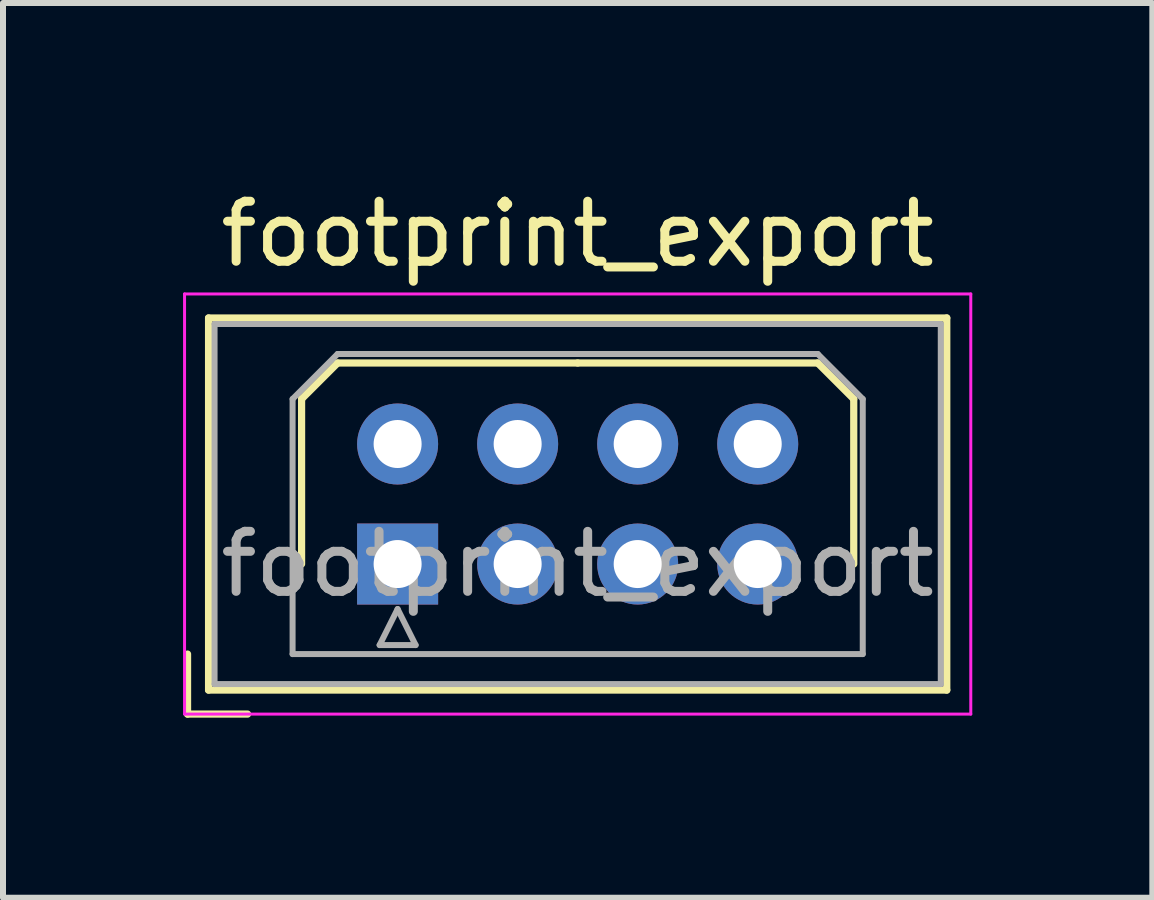
<source format=kicad_pcb>
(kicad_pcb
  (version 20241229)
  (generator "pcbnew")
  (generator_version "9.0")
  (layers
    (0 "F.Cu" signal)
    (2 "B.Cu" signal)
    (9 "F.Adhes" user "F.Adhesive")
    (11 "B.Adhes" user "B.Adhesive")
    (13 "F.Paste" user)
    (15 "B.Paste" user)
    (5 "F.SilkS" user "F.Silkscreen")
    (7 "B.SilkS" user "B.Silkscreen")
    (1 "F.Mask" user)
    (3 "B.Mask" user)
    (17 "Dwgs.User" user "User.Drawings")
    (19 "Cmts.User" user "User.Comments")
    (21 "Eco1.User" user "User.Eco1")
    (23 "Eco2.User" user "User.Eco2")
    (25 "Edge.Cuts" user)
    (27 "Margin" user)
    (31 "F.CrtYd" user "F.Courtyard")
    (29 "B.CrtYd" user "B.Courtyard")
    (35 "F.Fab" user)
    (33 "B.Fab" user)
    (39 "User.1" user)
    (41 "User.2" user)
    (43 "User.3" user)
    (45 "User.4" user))
  (footprint "footprint_export"
    (layer "F.Cu")
    (at 3.575 6.348)
    (property "Reference" "footprint_export" (at 3 -5.5 0) (layer "F.SilkS") (effects (font (size 1 1) (thickness 0.15))))
    (attr through_hole)
    (fp_line (start -3.5 1.5) (end -3.5 2.5) (stroke (width 0.12) (type solid)) (layer "F.SilkS"))
    (fp_line (start -3.5 2.5) (end -2.5 2.5) (stroke (width 0.12) (type solid)) (layer "F.SilkS"))
    (fp_line (start -3.15 -4.1) (end -3.15 2.1) (stroke (width 0.12) (type solid)) (layer "F.SilkS"))
    (fp_line (start -3.15 2.1) (end 9.15 2.1) (stroke (width 0.12) (type solid)) (layer "F.SilkS"))
    (fp_line (start -1.6 -2.75) (end -1 -3.35) (stroke (width 0.12) (type solid)) (layer "F.SilkS"))
    (fp_line (start -1.6 0) (end -1.6 -2.75) (stroke (width 0.12) (type solid)) (layer "F.SilkS"))
    (fp_line (start -1 -3.35) (end 3 -3.35) (stroke (width 0.12) (type solid)) (layer "F.SilkS"))
    (fp_line (start 7 -3.35) (end 3 -3.35) (stroke (width 0.12) (type solid)) (layer "F.SilkS"))
    (fp_line (start 7.6 -2.75) (end 7 -3.35) (stroke (width 0.12) (type solid)) (layer "F.SilkS"))
    (fp_line (start 7.6 0) (end 7.6 -2.75) (stroke (width 0.12) (type solid)) (layer "F.SilkS"))
    (fp_line (start 9.15 -4.1) (end -3.15 -4.1) (stroke (width 0.12) (type solid)) (layer "F.SilkS"))
    (fp_line (start 9.15 2.1) (end 9.15 -4.1) (stroke (width 0.12) (type solid)) (layer "F.SilkS"))
    (fp_line (start -3.55 -4.5) (end -3.55 2.5) (stroke (width 0.05) (type solid)) (layer "F.CrtYd"))
    (fp_line (start -3.55 2.5) (end 9.55 2.5) (stroke (width 0.05) (type solid)) (layer "F.CrtYd"))
    (fp_line (start 9.55 -4.5) (end -3.55 -4.5) (stroke (width 0.05) (type solid)) (layer "F.CrtYd"))
    (fp_line (start 9.55 2.5) (end 9.55 -4.5) (stroke (width 0.05) (type solid)) (layer "F.CrtYd"))
    (fp_line (start -3.05 -4) (end -3.05 2) (stroke (width 0.1) (type solid)) (layer "F.Fab"))
    (fp_line (start -3.05 2) (end 9.05 2) (stroke (width 0.1) (type solid)) (layer "F.Fab"))
    (fp_line (start -1.75 -2.75) (end -1 -3.5) (stroke (width 0.1) (type solid)) (layer "F.Fab"))
    (fp_line (start -1.75 1.5) (end -1.75 -2.75) (stroke (width 0.1) (type solid)) (layer "F.Fab"))
    (fp_line (start -1 -3.5) (end 7 -3.5) (stroke (width 0.1) (type solid)) (layer "F.Fab"))
    (fp_line (start -0.3 1.35) (end 0.3 1.35) (stroke (width 0.1) (type solid)) (layer "F.Fab"))
    (fp_line (start 0 0.75) (end -0.3 1.35) (stroke (width 0.1) (type solid)) (layer "F.Fab"))
    (fp_line (start 0.3 1.35) (end 0 0.75) (stroke (width 0.1) (type solid)) (layer "F.Fab"))
    (fp_line (start 7 -3.5) (end 7.75 -2.75) (stroke (width 0.1) (type solid)) (layer "F.Fab"))
    (fp_line (start 7.75 -2.75) (end 7.75 1.5) (stroke (width 0.1) (type solid)) (layer "F.Fab"))
    (fp_line (start 7.75 1.5) (end -1.75 1.5) (stroke (width 0.1) (type solid)) (layer "F.Fab"))
    (fp_line (start 9.05 -4) (end -3.05 -4) (stroke (width 0.1) (type solid)) (layer "F.Fab"))
    (fp_line (start 9.05 2) (end 9.05 -4) (stroke (width 0.1) (type solid)) (layer "F.Fab"))
    (fp_text user "${REFERENCE}" (at 3 0 0) (layer "F.Fab") (effects (font (size 1 1) (thickness 0.15))))
    (pad "1" thru_hole rect (at 0 0) (size 1.35 1.35) (drill 0.8) (layers "*.Cu" "*.Mask"))
    (pad "2" thru_hole circle (at 0 -2) (size 1.35 1.35) (drill 0.8) (layers "*.Cu" "*.Mask"))
    (pad "3" thru_hole circle (at 2 0) (size 1.35 1.35) (drill 0.8) (layers "*.Cu" "*.Mask"))
    (pad "4" thru_hole circle (at 2 -2) (size 1.35 1.35) (drill 0.8) (layers "*.Cu" "*.Mask"))
    (pad "5" thru_hole circle (at 4 0) (size 1.35 1.35) (drill 0.8) (layers "*.Cu" "*.Mask"))
    (pad "6" thru_hole circle (at 4 -2) (size 1.35 1.35) (drill 0.8) (layers "*.Cu" "*.Mask"))
    (pad "7" thru_hole circle (at 6 0) (size 1.35 1.35) (drill 0.8) (layers "*.Cu" "*.Mask"))
    (pad "8" thru_hole circle (at 6 -2) (size 1.35 1.35) (drill 0.8) (layers "*.Cu" "*.Mask")))
  (gr_rect
    (start -3 -3)
    (end 16.15 11.908)
    (stroke (width 0.1) (type default))
    (fill no)
    (layer "Edge.Cuts")))
</source>
